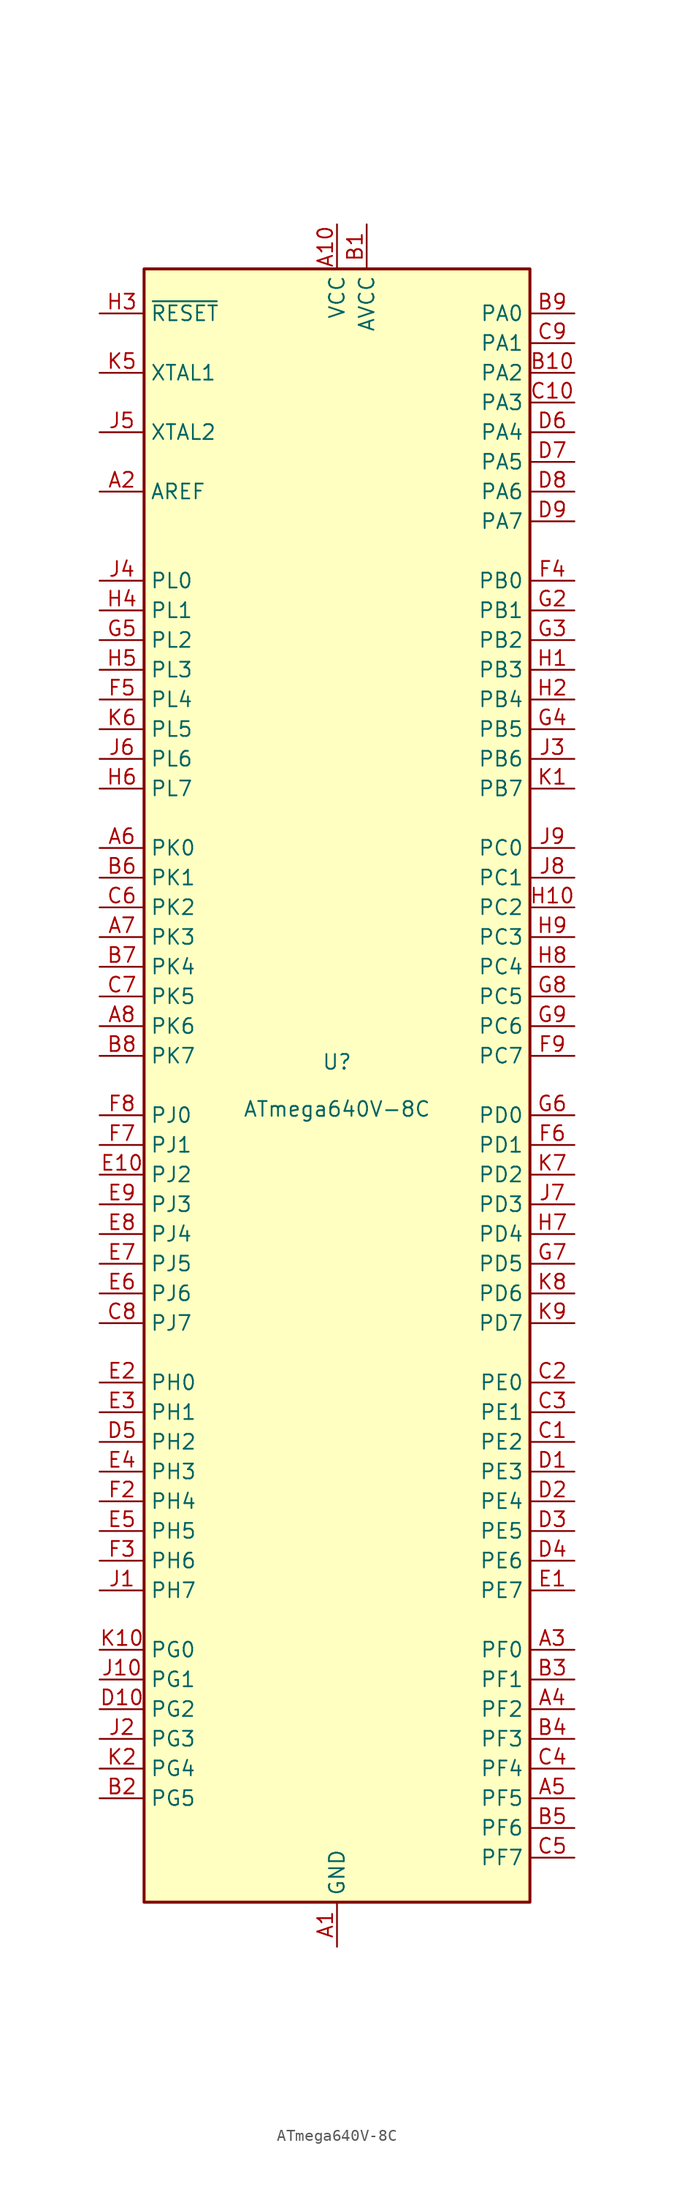
<source format=kicad_sym>
(kicad_symbol_lib
  (version 20201005)
  (generator kicad_symbol_editor)
  (symbol "MCU_Microchip_ATmega:ATmega640V-8C"
    (property "Reference" "U"
      (at 0 1.27 0)
      (effects (font (size 1.27 1.27)) (justify bottom)))
    (property "Value" "ATmega640V-8C"
      (at 0 -1.27 0)
      (effects (font (size 1.27 1.27)) (justify top)))
    (symbol "ATmega640V-8C_0_1"
      (rectangle (start -16.51 -69.85) (end 16.51 69.85) (stroke (width 0.254)) (fill (type background))))
    (symbol "ATmega640V-8C_1_1"
      (pin power_in line (at 0 -73.66 90) (length 3.81) (name "GND" (effects (font (size 1.27 1.27)))) (number "A1" (effects (font (size 1.27 1.27)))))
      (pin power_in line (at 0 73.66 270) (length 3.81) (name "VCC" (effects (font (size 1.27 1.27)))) (number "A10" (effects (font (size 1.27 1.27)))))
      (pin passive line (at -20.32 50.8 0) (length 3.81) (name "AREF" (effects (font (size 1.27 1.27)))) (number "A2" (effects (font (size 1.27 1.27)))))
      (pin bidirectional line (at 20.32 -48.26 180) (length 3.81) (name "PF0" (effects (font (size 1.27 1.27)))) (number "A3" (effects (font (size 1.27 1.27)))))
      (pin bidirectional line (at 20.32 -53.34 180) (length 3.81) (name "PF2" (effects (font (size 1.27 1.27)))) (number "A4" (effects (font (size 1.27 1.27)))))
      (pin bidirectional line (at 20.32 -60.96 180) (length 3.81) (name "PF5" (effects (font (size 1.27 1.27)))) (number "A5" (effects (font (size 1.27 1.27)))))
      (pin bidirectional line (at -20.32 20.32 0) (length 3.81) (name "PK0" (effects (font (size 1.27 1.27)))) (number "A6" (effects (font (size 1.27 1.27)))))
      (pin bidirectional line (at -20.32 12.7 0) (length 3.81) (name "PK3" (effects (font (size 1.27 1.27)))) (number "A7" (effects (font (size 1.27 1.27)))))
      (pin bidirectional line (at -20.32 5.08 0) (length 3.81) (name "PK6" (effects (font (size 1.27 1.27)))) (number "A8" (effects (font (size 1.27 1.27)))))
      (pin passive line (at 0 -73.66 90) (length 3.81) hide (name "GND" (effects (font (size 1.27 1.27)))) (number "A9" (effects (font (size 1.27 1.27)))))
      (pin power_in line (at 2.54 73.66 270) (length 3.81) (name "AVCC" (effects (font (size 1.27 1.27)))) (number "B1" (effects (font (size 1.27 1.27)))))
      (pin bidirectional line (at 20.32 60.96 180) (length 3.81) (name "PA2" (effects (font (size 1.27 1.27)))) (number "B10" (effects (font (size 1.27 1.27)))))
      (pin bidirectional line (at -20.32 -60.96 0) (length 3.81) (name "PG5" (effects (font (size 1.27 1.27)))) (number "B2" (effects (font (size 1.27 1.27)))))
      (pin bidirectional line (at 20.32 -50.8 180) (length 3.81) (name "PF1" (effects (font (size 1.27 1.27)))) (number "B3" (effects (font (size 1.27 1.27)))))
      (pin bidirectional line (at 20.32 -55.88 180) (length 3.81) (name "PF3" (effects (font (size 1.27 1.27)))) (number "B4" (effects (font (size 1.27 1.27)))))
      (pin bidirectional line (at 20.32 -63.5 180) (length 3.81) (name "PF6" (effects (font (size 1.27 1.27)))) (number "B5" (effects (font (size 1.27 1.27)))))
      (pin bidirectional line (at -20.32 17.78 0) (length 3.81) (name "PK1" (effects (font (size 1.27 1.27)))) (number "B6" (effects (font (size 1.27 1.27)))))
      (pin bidirectional line (at -20.32 10.16 0) (length 3.81) (name "PK4" (effects (font (size 1.27 1.27)))) (number "B7" (effects (font (size 1.27 1.27)))))
      (pin bidirectional line (at -20.32 2.54 0) (length 3.81) (name "PK7" (effects (font (size 1.27 1.27)))) (number "B8" (effects (font (size 1.27 1.27)))))
      (pin bidirectional line (at 20.32 66.04 180) (length 3.81) (name "PA0" (effects (font (size 1.27 1.27)))) (number "B9" (effects (font (size 1.27 1.27)))))
      (pin bidirectional line (at 20.32 -30.48 180) (length 3.81) (name "PE2" (effects (font (size 1.27 1.27)))) (number "C1" (effects (font (size 1.27 1.27)))))
      (pin bidirectional line (at 20.32 58.42 180) (length 3.81) (name "PA3" (effects (font (size 1.27 1.27)))) (number "C10" (effects (font (size 1.27 1.27)))))
      (pin bidirectional line (at 20.32 -25.4 180) (length 3.81) (name "PE0" (effects (font (size 1.27 1.27)))) (number "C2" (effects (font (size 1.27 1.27)))))
      (pin bidirectional line (at 20.32 -27.94 180) (length 3.81) (name "PE1" (effects (font (size 1.27 1.27)))) (number "C3" (effects (font (size 1.27 1.27)))))
      (pin bidirectional line (at 20.32 -58.42 180) (length 3.81) (name "PF4" (effects (font (size 1.27 1.27)))) (number "C4" (effects (font (size 1.27 1.27)))))
      (pin bidirectional line (at 20.32 -66.04 180) (length 3.81) (name "PF7" (effects (font (size 1.27 1.27)))) (number "C5" (effects (font (size 1.27 1.27)))))
      (pin bidirectional line (at -20.32 15.24 0) (length 3.81) (name "PK2" (effects (font (size 1.27 1.27)))) (number "C6" (effects (font (size 1.27 1.27)))))
      (pin bidirectional line (at -20.32 7.62 0) (length 3.81) (name "PK5" (effects (font (size 1.27 1.27)))) (number "C7" (effects (font (size 1.27 1.27)))))
      (pin bidirectional line (at -20.32 -20.32 0) (length 3.81) (name "PJ7" (effects (font (size 1.27 1.27)))) (number "C8" (effects (font (size 1.27 1.27)))))
      (pin bidirectional line (at 20.32 63.5 180) (length 3.81) (name "PA1" (effects (font (size 1.27 1.27)))) (number "C9" (effects (font (size 1.27 1.27)))))
      (pin bidirectional line (at 20.32 -33.02 180) (length 3.81) (name "PE3" (effects (font (size 1.27 1.27)))) (number "D1" (effects (font (size 1.27 1.27)))))
      (pin bidirectional line (at -20.32 -53.34 0) (length 3.81) (name "PG2" (effects (font (size 1.27 1.27)))) (number "D10" (effects (font (size 1.27 1.27)))))
      (pin bidirectional line (at 20.32 -35.56 180) (length 3.81) (name "PE4" (effects (font (size 1.27 1.27)))) (number "D2" (effects (font (size 1.27 1.27)))))
      (pin bidirectional line (at 20.32 -38.1 180) (length 3.81) (name "PE5" (effects (font (size 1.27 1.27)))) (number "D3" (effects (font (size 1.27 1.27)))))
      (pin bidirectional line (at 20.32 -40.64 180) (length 3.81) (name "PE6" (effects (font (size 1.27 1.27)))) (number "D4" (effects (font (size 1.27 1.27)))))
      (pin bidirectional line (at -20.32 -30.48 0) (length 3.81) (name "PH2" (effects (font (size 1.27 1.27)))) (number "D5" (effects (font (size 1.27 1.27)))))
      (pin bidirectional line (at 20.32 55.88 180) (length 3.81) (name "PA4" (effects (font (size 1.27 1.27)))) (number "D6" (effects (font (size 1.27 1.27)))))
      (pin bidirectional line (at 20.32 53.34 180) (length 3.81) (name "PA5" (effects (font (size 1.27 1.27)))) (number "D7" (effects (font (size 1.27 1.27)))))
      (pin bidirectional line (at 20.32 50.8 180) (length 3.81) (name "PA6" (effects (font (size 1.27 1.27)))) (number "D8" (effects (font (size 1.27 1.27)))))
      (pin bidirectional line (at 20.32 48.26 180) (length 3.81) (name "PA7" (effects (font (size 1.27 1.27)))) (number "D9" (effects (font (size 1.27 1.27)))))
      (pin bidirectional line (at 20.32 -43.18 180) (length 3.81) (name "PE7" (effects (font (size 1.27 1.27)))) (number "E1" (effects (font (size 1.27 1.27)))))
      (pin bidirectional line (at -20.32 -7.62 0) (length 3.81) (name "PJ2" (effects (font (size 1.27 1.27)))) (number "E10" (effects (font (size 1.27 1.27)))))
      (pin bidirectional line (at -20.32 -25.4 0) (length 3.81) (name "PH0" (effects (font (size 1.27 1.27)))) (number "E2" (effects (font (size 1.27 1.27)))))
      (pin bidirectional line (at -20.32 -27.94 0) (length 3.81) (name "PH1" (effects (font (size 1.27 1.27)))) (number "E3" (effects (font (size 1.27 1.27)))))
      (pin bidirectional line (at -20.32 -33.02 0) (length 3.81) (name "PH3" (effects (font (size 1.27 1.27)))) (number "E4" (effects (font (size 1.27 1.27)))))
      (pin bidirectional line (at -20.32 -38.1 0) (length 3.81) (name "PH5" (effects (font (size 1.27 1.27)))) (number "E5" (effects (font (size 1.27 1.27)))))
      (pin bidirectional line (at -20.32 -17.78 0) (length 3.81) (name "PJ6" (effects (font (size 1.27 1.27)))) (number "E6" (effects (font (size 1.27 1.27)))))
      (pin bidirectional line (at -20.32 -15.24 0) (length 3.81) (name "PJ5" (effects (font (size 1.27 1.27)))) (number "E7" (effects (font (size 1.27 1.27)))))
      (pin bidirectional line (at -20.32 -12.7 0) (length 3.81) (name "PJ4" (effects (font (size 1.27 1.27)))) (number "E8" (effects (font (size 1.27 1.27)))))
      (pin bidirectional line (at -20.32 -10.16 0) (length 3.81) (name "PJ3" (effects (font (size 1.27 1.27)))) (number "E9" (effects (font (size 1.27 1.27)))))
      (pin passive line (at 0 73.66 270) (length 3.81) hide (name "VCC" (effects (font (size 1.27 1.27)))) (number "F1" (effects (font (size 1.27 1.27)))))
      (pin passive line (at 0 -73.66 90) (length 3.81) hide (name "GND" (effects (font (size 1.27 1.27)))) (number "F10" (effects (font (size 1.27 1.27)))))
      (pin bidirectional line (at -20.32 -35.56 0) (length 3.81) (name "PH4" (effects (font (size 1.27 1.27)))) (number "F2" (effects (font (size 1.27 1.27)))))
      (pin bidirectional line (at -20.32 -40.64 0) (length 3.81) (name "PH6" (effects (font (size 1.27 1.27)))) (number "F3" (effects (font (size 1.27 1.27)))))
      (pin bidirectional line (at 20.32 43.18 180) (length 3.81) (name "PB0" (effects (font (size 1.27 1.27)))) (number "F4" (effects (font (size 1.27 1.27)))))
      (pin bidirectional line (at -20.32 33.02 0) (length 3.81) (name "PL4" (effects (font (size 1.27 1.27)))) (number "F5" (effects (font (size 1.27 1.27)))))
      (pin bidirectional line (at 20.32 -5.08 180) (length 3.81) (name "PD1" (effects (font (size 1.27 1.27)))) (number "F6" (effects (font (size 1.27 1.27)))))
      (pin bidirectional line (at -20.32 -5.08 0) (length 3.81) (name "PJ1" (effects (font (size 1.27 1.27)))) (number "F7" (effects (font (size 1.27 1.27)))))
      (pin bidirectional line (at -20.32 -2.54 0) (length 3.81) (name "PJ0" (effects (font (size 1.27 1.27)))) (number "F8" (effects (font (size 1.27 1.27)))))
      (pin bidirectional line (at 20.32 2.54 180) (length 3.81) (name "PC7" (effects (font (size 1.27 1.27)))) (number "F9" (effects (font (size 1.27 1.27)))))
      (pin passive line (at 0 -73.66 90) (length 3.81) hide (name "GND" (effects (font (size 1.27 1.27)))) (number "G1" (effects (font (size 1.27 1.27)))))
      (pin passive line (at 0 73.66 270) (length 3.81) hide (name "VCC" (effects (font (size 1.27 1.27)))) (number "G10" (effects (font (size 1.27 1.27)))))
      (pin bidirectional line (at 20.32 40.64 180) (length 3.81) (name "PB1" (effects (font (size 1.27 1.27)))) (number "G2" (effects (font (size 1.27 1.27)))))
      (pin bidirectional line (at 20.32 38.1 180) (length 3.81) (name "PB2" (effects (font (size 1.27 1.27)))) (number "G3" (effects (font (size 1.27 1.27)))))
      (pin bidirectional line (at 20.32 30.48 180) (length 3.81) (name "PB5" (effects (font (size 1.27 1.27)))) (number "G4" (effects (font (size 1.27 1.27)))))
      (pin bidirectional line (at -20.32 38.1 0) (length 3.81) (name "PL2" (effects (font (size 1.27 1.27)))) (number "G5" (effects (font (size 1.27 1.27)))))
      (pin bidirectional line (at 20.32 -2.54 180) (length 3.81) (name "PD0" (effects (font (size 1.27 1.27)))) (number "G6" (effects (font (size 1.27 1.27)))))
      (pin bidirectional line (at 20.32 -15.24 180) (length 3.81) (name "PD5" (effects (font (size 1.27 1.27)))) (number "G7" (effects (font (size 1.27 1.27)))))
      (pin bidirectional line (at 20.32 7.62 180) (length 3.81) (name "PC5" (effects (font (size 1.27 1.27)))) (number "G8" (effects (font (size 1.27 1.27)))))
      (pin bidirectional line (at 20.32 5.08 180) (length 3.81) (name "PC6" (effects (font (size 1.27 1.27)))) (number "G9" (effects (font (size 1.27 1.27)))))
      (pin bidirectional line (at 20.32 35.56 180) (length 3.81) (name "PB3" (effects (font (size 1.27 1.27)))) (number "H1" (effects (font (size 1.27 1.27)))))
      (pin bidirectional line (at 20.32 15.24 180) (length 3.81) (name "PC2" (effects (font (size 1.27 1.27)))) (number "H10" (effects (font (size 1.27 1.27)))))
      (pin bidirectional line (at 20.32 33.02 180) (length 3.81) (name "PB4" (effects (font (size 1.27 1.27)))) (number "H2" (effects (font (size 1.27 1.27)))))
      (pin input line (at -20.32 66.04 0) (length 3.81) (name "~RESET" (effects (font (size 1.27 1.27)))) (number "H3" (effects (font (size 1.27 1.27)))))
      (pin bidirectional line (at -20.32 40.64 0) (length 3.81) (name "PL1" (effects (font (size 1.27 1.27)))) (number "H4" (effects (font (size 1.27 1.27)))))
      (pin bidirectional line (at -20.32 35.56 0) (length 3.81) (name "PL3" (effects (font (size 1.27 1.27)))) (number "H5" (effects (font (size 1.27 1.27)))))
      (pin bidirectional line (at -20.32 25.4 0) (length 3.81) (name "PL7" (effects (font (size 1.27 1.27)))) (number "H6" (effects (font (size 1.27 1.27)))))
      (pin bidirectional line (at 20.32 -12.7 180) (length 3.81) (name "PD4" (effects (font (size 1.27 1.27)))) (number "H7" (effects (font (size 1.27 1.27)))))
      (pin bidirectional line (at 20.32 10.16 180) (length 3.81) (name "PC4" (effects (font (size 1.27 1.27)))) (number "H8" (effects (font (size 1.27 1.27)))))
      (pin bidirectional line (at 20.32 12.7 180) (length 3.81) (name "PC3" (effects (font (size 1.27 1.27)))) (number "H9" (effects (font (size 1.27 1.27)))))
      (pin bidirectional line (at -20.32 -43.18 0) (length 3.81) (name "PH7" (effects (font (size 1.27 1.27)))) (number "J1" (effects (font (size 1.27 1.27)))))
      (pin bidirectional line (at -20.32 -50.8 0) (length 3.81) (name "PG1" (effects (font (size 1.27 1.27)))) (number "J10" (effects (font (size 1.27 1.27)))))
      (pin bidirectional line (at -20.32 -55.88 0) (length 3.81) (name "PG3" (effects (font (size 1.27 1.27)))) (number "J2" (effects (font (size 1.27 1.27)))))
      (pin bidirectional line (at 20.32 27.94 180) (length 3.81) (name "PB6" (effects (font (size 1.27 1.27)))) (number "J3" (effects (font (size 1.27 1.27)))))
      (pin bidirectional line (at -20.32 43.18 0) (length 3.81) (name "PL0" (effects (font (size 1.27 1.27)))) (number "J4" (effects (font (size 1.27 1.27)))))
      (pin output line (at -20.32 55.88 0) (length 3.81) (name "XTAL2" (effects (font (size 1.27 1.27)))) (number "J5" (effects (font (size 1.27 1.27)))))
      (pin bidirectional line (at -20.32 27.94 0) (length 3.81) (name "PL6" (effects (font (size 1.27 1.27)))) (number "J6" (effects (font (size 1.27 1.27)))))
      (pin bidirectional line (at 20.32 -10.16 180) (length 3.81) (name "PD3" (effects (font (size 1.27 1.27)))) (number "J7" (effects (font (size 1.27 1.27)))))
      (pin bidirectional line (at 20.32 17.78 180) (length 3.81) (name "PC1" (effects (font (size 1.27 1.27)))) (number "J8" (effects (font (size 1.27 1.27)))))
      (pin bidirectional line (at 20.32 20.32 180) (length 3.81) (name "PC0" (effects (font (size 1.27 1.27)))) (number "J9" (effects (font (size 1.27 1.27)))))
      (pin bidirectional line (at 20.32 25.4 180) (length 3.81) (name "PB7" (effects (font (size 1.27 1.27)))) (number "K1" (effects (font (size 1.27 1.27)))))
      (pin bidirectional line (at -20.32 -48.26 0) (length 3.81) (name "PG0" (effects (font (size 1.27 1.27)))) (number "K10" (effects (font (size 1.27 1.27)))))
      (pin bidirectional line (at -20.32 -58.42 0) (length 3.81) (name "PG4" (effects (font (size 1.27 1.27)))) (number "K2" (effects (font (size 1.27 1.27)))))
      (pin passive line (at 0 73.66 270) (length 3.81) hide (name "VCC" (effects (font (size 1.27 1.27)))) (number "K3" (effects (font (size 1.27 1.27)))))
      (pin passive line (at 0 -73.66 90) (length 3.81) hide (name "GND" (effects (font (size 1.27 1.27)))) (number "K4" (effects (font (size 1.27 1.27)))))
      (pin input line (at -20.32 60.96 0) (length 3.81) (name "XTAL1" (effects (font (size 1.27 1.27)))) (number "K5" (effects (font (size 1.27 1.27)))))
      (pin bidirectional line (at -20.32 30.48 0) (length 3.81) (name "PL5" (effects (font (size 1.27 1.27)))) (number "K6" (effects (font (size 1.27 1.27)))))
      (pin bidirectional line (at 20.32 -7.62 180) (length 3.81) (name "PD2" (effects (font (size 1.27 1.27)))) (number "K7" (effects (font (size 1.27 1.27)))))
      (pin bidirectional line (at 20.32 -17.78 180) (length 3.81) (name "PD6" (effects (font (size 1.27 1.27)))) (number "K8" (effects (font (size 1.27 1.27)))))
      (pin bidirectional line (at 20.32 -20.32 180) (length 3.81) (name "PD7" (effects (font (size 1.27 1.27)))) (number "K9" (effects (font (size 1.27 1.27))))))))
</source>
